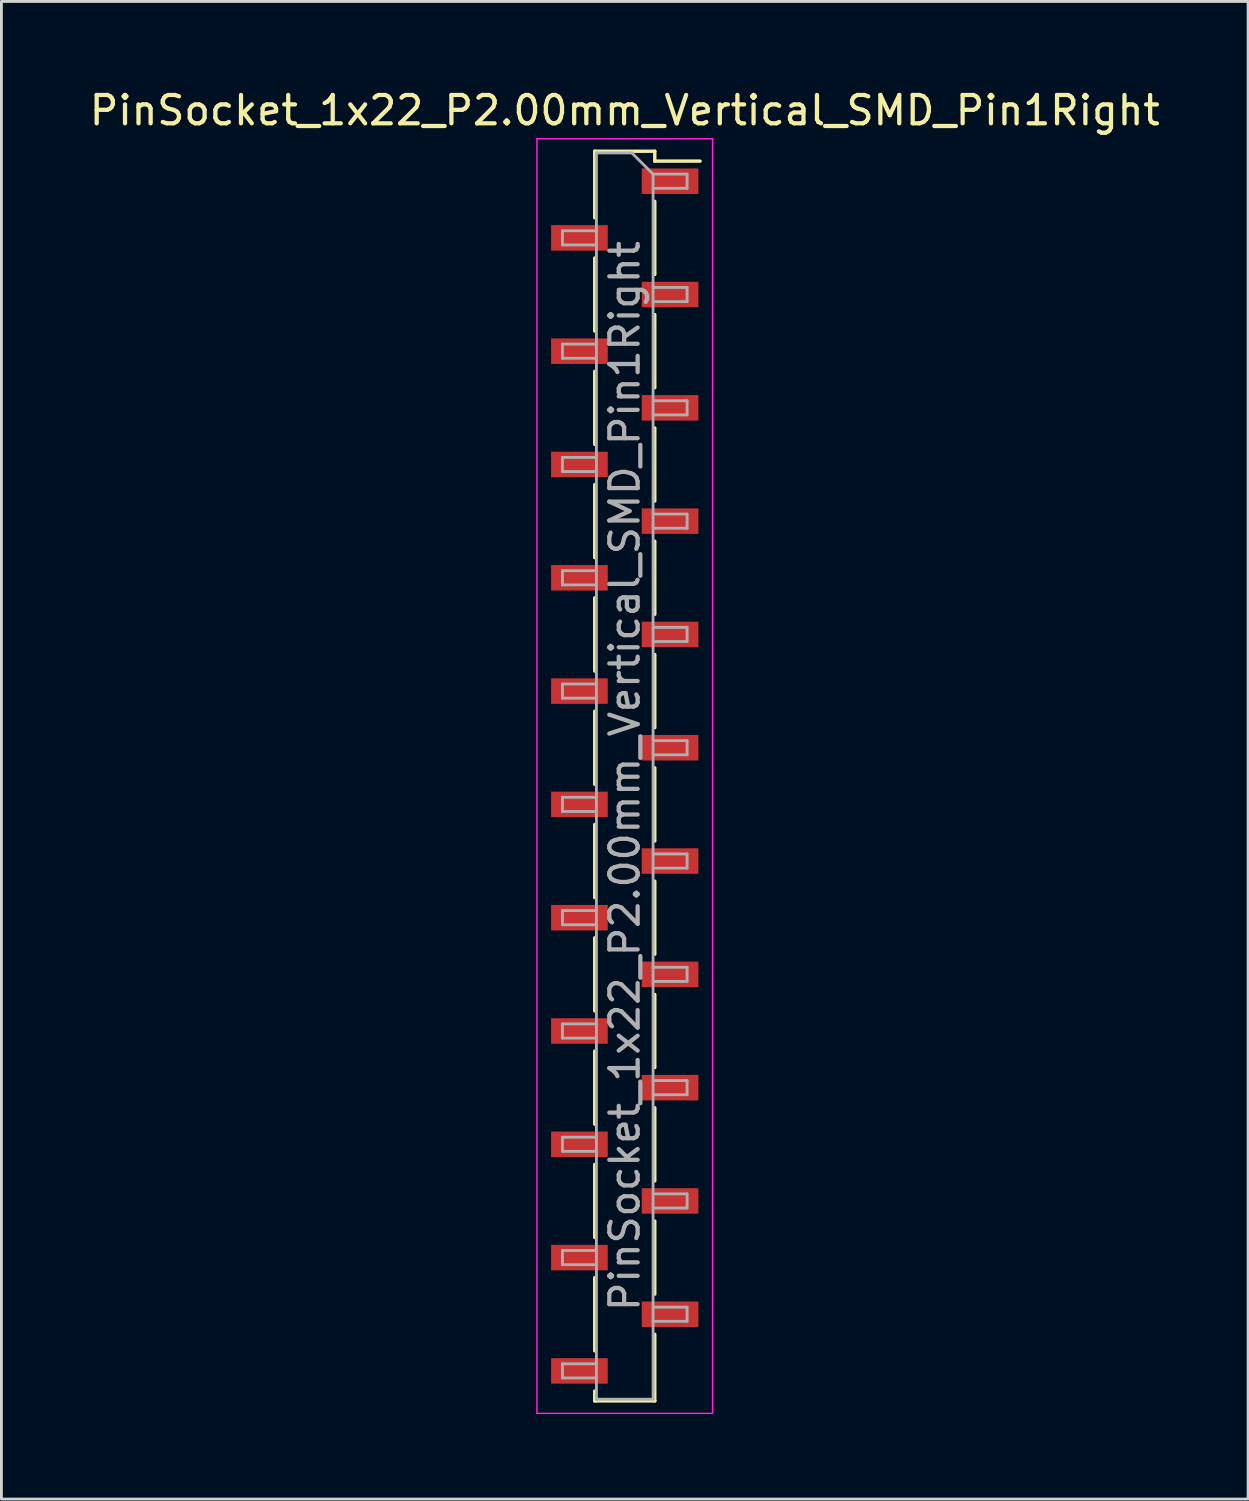
<source format=kicad_pcb>
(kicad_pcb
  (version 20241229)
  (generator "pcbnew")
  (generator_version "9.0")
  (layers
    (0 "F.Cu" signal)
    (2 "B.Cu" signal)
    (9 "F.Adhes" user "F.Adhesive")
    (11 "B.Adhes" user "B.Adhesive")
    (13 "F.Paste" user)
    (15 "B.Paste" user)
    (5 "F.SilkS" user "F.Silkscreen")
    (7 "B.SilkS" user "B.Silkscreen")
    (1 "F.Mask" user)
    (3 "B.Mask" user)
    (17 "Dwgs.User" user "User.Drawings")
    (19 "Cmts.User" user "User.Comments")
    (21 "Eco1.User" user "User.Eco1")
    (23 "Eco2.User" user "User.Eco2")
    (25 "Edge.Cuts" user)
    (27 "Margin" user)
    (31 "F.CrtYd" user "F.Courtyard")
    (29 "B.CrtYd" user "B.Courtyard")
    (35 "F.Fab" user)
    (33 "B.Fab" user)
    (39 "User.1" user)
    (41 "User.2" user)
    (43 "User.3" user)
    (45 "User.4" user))
  (footprint "PinSocket_1x22_P2.00mm_Vertical_SMD_Pin1Right"
    (layer "F.Cu")
    (at 19.006 24.348)
    (property "Reference" "PinSocket_1x22_P2.00mm_Vertical_SMD_Pin1Right" (at 0 -23.5 0) (layer "F.SilkS") (effects (font (size 1 1) (thickness 0.15))))
    (attr smd)
    (fp_line (start -1.06 -22.06) (end -1.06 -19.71) (stroke (width 0.12) (type solid)) (layer "F.SilkS"))
    (fp_line (start -1.06 -22.06) (end 1.06 -22.06) (stroke (width 0.12) (type solid)) (layer "F.SilkS"))
    (fp_line (start -1.06 -18.29) (end -1.06 -15.71) (stroke (width 0.12) (type solid)) (layer "F.SilkS"))
    (fp_line (start -1.06 -14.29) (end -1.06 -11.71) (stroke (width 0.12) (type solid)) (layer "F.SilkS"))
    (fp_line (start -1.06 -10.29) (end -1.06 -7.71) (stroke (width 0.12) (type solid)) (layer "F.SilkS"))
    (fp_line (start -1.06 -6.29) (end -1.06 -3.71) (stroke (width 0.12) (type solid)) (layer "F.SilkS"))
    (fp_line (start -1.06 -2.29) (end -1.06 0.29) (stroke (width 0.12) (type solid)) (layer "F.SilkS"))
    (fp_line (start -1.06 1.71) (end -1.06 4.29) (stroke (width 0.12) (type solid)) (layer "F.SilkS"))
    (fp_line (start -1.06 5.71) (end -1.06 8.29) (stroke (width 0.12) (type solid)) (layer "F.SilkS"))
    (fp_line (start -1.06 9.71) (end -1.06 12.29) (stroke (width 0.12) (type solid)) (layer "F.SilkS"))
    (fp_line (start -1.06 13.71) (end -1.06 16.29) (stroke (width 0.12) (type solid)) (layer "F.SilkS"))
    (fp_line (start -1.06 17.71) (end -1.06 20.29) (stroke (width 0.12) (type solid)) (layer "F.SilkS"))
    (fp_line (start -1.06 22.06) (end -1.06 21.71) (stroke (width 0.12) (type solid)) (layer "F.SilkS"))
    (fp_line (start 1.06 -22.06) (end 1.06 -21.71) (stroke (width 0.12) (type solid)) (layer "F.SilkS"))
    (fp_line (start 1.06 -21.71) (end 2.66 -21.71) (stroke (width 0.12) (type solid)) (layer "F.SilkS"))
    (fp_line (start 1.06 -20.29) (end 1.06 -17.71) (stroke (width 0.12) (type solid)) (layer "F.SilkS"))
    (fp_line (start 1.06 -16.29) (end 1.06 -13.71) (stroke (width 0.12) (type solid)) (layer "F.SilkS"))
    (fp_line (start 1.06 -12.29) (end 1.06 -9.71) (stroke (width 0.12) (type solid)) (layer "F.SilkS"))
    (fp_line (start 1.06 -8.29) (end 1.06 -5.71) (stroke (width 0.12) (type solid)) (layer "F.SilkS"))
    (fp_line (start 1.06 -4.29) (end 1.06 -1.71) (stroke (width 0.12) (type solid)) (layer "F.SilkS"))
    (fp_line (start 1.06 -0.29) (end 1.06 2.29) (stroke (width 0.12) (type solid)) (layer "F.SilkS"))
    (fp_line (start 1.06 3.71) (end 1.06 6.29) (stroke (width 0.12) (type solid)) (layer "F.SilkS"))
    (fp_line (start 1.06 7.71) (end 1.06 10.29) (stroke (width 0.12) (type solid)) (layer "F.SilkS"))
    (fp_line (start 1.06 11.71) (end 1.06 14.29) (stroke (width 0.12) (type solid)) (layer "F.SilkS"))
    (fp_line (start 1.06 15.71) (end 1.06 18.29) (stroke (width 0.12) (type solid)) (layer "F.SilkS"))
    (fp_line (start 1.06 19.71) (end 1.06 22.06) (stroke (width 0.12) (type solid)) (layer "F.SilkS"))
    (fp_line (start 1.06 22.06) (end -1.06 22.06) (stroke (width 0.12) (type solid)) (layer "F.SilkS"))
    (fp_line (start -3.1 -22.5) (end 3.1 -22.5) (stroke (width 0.05) (type solid)) (layer "F.CrtYd"))
    (fp_line (start -3.1 22.5) (end -3.1 -22.5) (stroke (width 0.05) (type solid)) (layer "F.CrtYd"))
    (fp_line (start 3.1 -22.5) (end 3.1 22.5) (stroke (width 0.05) (type solid)) (layer "F.CrtYd"))
    (fp_line (start 3.1 22.5) (end -3.1 22.5) (stroke (width 0.05) (type solid)) (layer "F.CrtYd"))
    (fp_line (start -2.2 -19.25) (end -1 -19.25) (stroke (width 0.1) (type solid)) (layer "F.Fab"))
    (fp_line (start -2.2 -18.75) (end -2.2 -19.25) (stroke (width 0.1) (type solid)) (layer "F.Fab"))
    (fp_line (start -2.2 -15.25) (end -1 -15.25) (stroke (width 0.1) (type solid)) (layer "F.Fab"))
    (fp_line (start -2.2 -14.75) (end -2.2 -15.25) (stroke (width 0.1) (type solid)) (layer "F.Fab"))
    (fp_line (start -2.2 -11.25) (end -1 -11.25) (stroke (width 0.1) (type solid)) (layer "F.Fab"))
    (fp_line (start -2.2 -10.75) (end -2.2 -11.25) (stroke (width 0.1) (type solid)) (layer "F.Fab"))
    (fp_line (start -2.2 -7.25) (end -1 -7.25) (stroke (width 0.1) (type solid)) (layer "F.Fab"))
    (fp_line (start -2.2 -6.75) (end -2.2 -7.25) (stroke (width 0.1) (type solid)) (layer "F.Fab"))
    (fp_line (start -2.2 -3.25) (end -1 -3.25) (stroke (width 0.1) (type solid)) (layer "F.Fab"))
    (fp_line (start -2.2 -2.75) (end -2.2 -3.25) (stroke (width 0.1) (type solid)) (layer "F.Fab"))
    (fp_line (start -2.2 0.75) (end -1 0.75) (stroke (width 0.1) (type solid)) (layer "F.Fab"))
    (fp_line (start -2.2 1.25) (end -2.2 0.75) (stroke (width 0.1) (type solid)) (layer "F.Fab"))
    (fp_line (start -2.2 4.75) (end -1 4.75) (stroke (width 0.1) (type solid)) (layer "F.Fab"))
    (fp_line (start -2.2 5.25) (end -2.2 4.75) (stroke (width 0.1) (type solid)) (layer "F.Fab"))
    (fp_line (start -2.2 8.75) (end -1 8.75) (stroke (width 0.1) (type solid)) (layer "F.Fab"))
    (fp_line (start -2.2 9.25) (end -2.2 8.75) (stroke (width 0.1) (type solid)) (layer "F.Fab"))
    (fp_line (start -2.2 12.75) (end -1 12.75) (stroke (width 0.1) (type solid)) (layer "F.Fab"))
    (fp_line (start -2.2 13.25) (end -2.2 12.75) (stroke (width 0.1) (type solid)) (layer "F.Fab"))
    (fp_line (start -2.2 16.75) (end -1 16.75) (stroke (width 0.1) (type solid)) (layer "F.Fab"))
    (fp_line (start -2.2 17.25) (end -2.2 16.75) (stroke (width 0.1) (type solid)) (layer "F.Fab"))
    (fp_line (start -2.2 20.75) (end -1 20.75) (stroke (width 0.1) (type solid)) (layer "F.Fab"))
    (fp_line (start -2.2 21.25) (end -2.2 20.75) (stroke (width 0.1) (type solid)) (layer "F.Fab"))
    (fp_line (start -1 -22) (end 0.25 -22) (stroke (width 0.1) (type solid)) (layer "F.Fab"))
    (fp_line (start -1 -18.75) (end -2.2 -18.75) (stroke (width 0.1) (type solid)) (layer "F.Fab"))
    (fp_line (start -1 -14.75) (end -2.2 -14.75) (stroke (width 0.1) (type solid)) (layer "F.Fab"))
    (fp_line (start -1 -10.75) (end -2.2 -10.75) (stroke (width 0.1) (type solid)) (layer "F.Fab"))
    (fp_line (start -1 -6.75) (end -2.2 -6.75) (stroke (width 0.1) (type solid)) (layer "F.Fab"))
    (fp_line (start -1 -2.75) (end -2.2 -2.75) (stroke (width 0.1) (type solid)) (layer "F.Fab"))
    (fp_line (start -1 1.25) (end -2.2 1.25) (stroke (width 0.1) (type solid)) (layer "F.Fab"))
    (fp_line (start -1 5.25) (end -2.2 5.25) (stroke (width 0.1) (type solid)) (layer "F.Fab"))
    (fp_line (start -1 9.25) (end -2.2 9.25) (stroke (width 0.1) (type solid)) (layer "F.Fab"))
    (fp_line (start -1 13.25) (end -2.2 13.25) (stroke (width 0.1) (type solid)) (layer "F.Fab"))
    (fp_line (start -1 17.25) (end -2.2 17.25) (stroke (width 0.1) (type solid)) (layer "F.Fab"))
    (fp_line (start -1 21.25) (end -2.2 21.25) (stroke (width 0.1) (type solid)) (layer "F.Fab"))
    (fp_line (start -1 22) (end -1 -22) (stroke (width 0.1) (type solid)) (layer "F.Fab"))
    (fp_line (start 0.25 -22) (end 1 -21.25) (stroke (width 0.1) (type solid)) (layer "F.Fab"))
    (fp_line (start 1 -21.25) (end 1 22) (stroke (width 0.1) (type solid)) (layer "F.Fab"))
    (fp_line (start 1 -21.25) (end 2.2 -21.25) (stroke (width 0.1) (type solid)) (layer "F.Fab"))
    (fp_line (start 1 -17.25) (end 2.2 -17.25) (stroke (width 0.1) (type solid)) (layer "F.Fab"))
    (fp_line (start 1 -13.25) (end 2.2 -13.25) (stroke (width 0.1) (type solid)) (layer "F.Fab"))
    (fp_line (start 1 -9.25) (end 2.2 -9.25) (stroke (width 0.1) (type solid)) (layer "F.Fab"))
    (fp_line (start 1 -5.25) (end 2.2 -5.25) (stroke (width 0.1) (type solid)) (layer "F.Fab"))
    (fp_line (start 1 -1.25) (end 2.2 -1.25) (stroke (width 0.1) (type solid)) (layer "F.Fab"))
    (fp_line (start 1 2.75) (end 2.2 2.75) (stroke (width 0.1) (type solid)) (layer "F.Fab"))
    (fp_line (start 1 6.75) (end 2.2 6.75) (stroke (width 0.1) (type solid)) (layer "F.Fab"))
    (fp_line (start 1 10.75) (end 2.2 10.75) (stroke (width 0.1) (type solid)) (layer "F.Fab"))
    (fp_line (start 1 14.75) (end 2.2 14.75) (stroke (width 0.1) (type solid)) (layer "F.Fab"))
    (fp_line (start 1 18.75) (end 2.2 18.75) (stroke (width 0.1) (type solid)) (layer "F.Fab"))
    (fp_line (start 1 22) (end -1 22) (stroke (width 0.1) (type solid)) (layer "F.Fab"))
    (fp_line (start 2.2 -21.25) (end 2.2 -20.75) (stroke (width 0.1) (type solid)) (layer "F.Fab"))
    (fp_line (start 2.2 -20.75) (end 1 -20.75) (stroke (width 0.1) (type solid)) (layer "F.Fab"))
    (fp_line (start 2.2 -17.25) (end 2.2 -16.75) (stroke (width 0.1) (type solid)) (layer "F.Fab"))
    (fp_line (start 2.2 -16.75) (end 1 -16.75) (stroke (width 0.1) (type solid)) (layer "F.Fab"))
    (fp_line (start 2.2 -13.25) (end 2.2 -12.75) (stroke (width 0.1) (type solid)) (layer "F.Fab"))
    (fp_line (start 2.2 -12.75) (end 1 -12.75) (stroke (width 0.1) (type solid)) (layer "F.Fab"))
    (fp_line (start 2.2 -9.25) (end 2.2 -8.75) (stroke (width 0.1) (type solid)) (layer "F.Fab"))
    (fp_line (start 2.2 -8.75) (end 1 -8.75) (stroke (width 0.1) (type solid)) (layer "F.Fab"))
    (fp_line (start 2.2 -5.25) (end 2.2 -4.75) (stroke (width 0.1) (type solid)) (layer "F.Fab"))
    (fp_line (start 2.2 -4.75) (end 1 -4.75) (stroke (width 0.1) (type solid)) (layer "F.Fab"))
    (fp_line (start 2.2 -1.25) (end 2.2 -0.75) (stroke (width 0.1) (type solid)) (layer "F.Fab"))
    (fp_line (start 2.2 -0.75) (end 1 -0.75) (stroke (width 0.1) (type solid)) (layer "F.Fab"))
    (fp_line (start 2.2 2.75) (end 2.2 3.25) (stroke (width 0.1) (type solid)) (layer "F.Fab"))
    (fp_line (start 2.2 3.25) (end 1 3.25) (stroke (width 0.1) (type solid)) (layer "F.Fab"))
    (fp_line (start 2.2 6.75) (end 2.2 7.25) (stroke (width 0.1) (type solid)) (layer "F.Fab"))
    (fp_line (start 2.2 7.25) (end 1 7.25) (stroke (width 0.1) (type solid)) (layer "F.Fab"))
    (fp_line (start 2.2 10.75) (end 2.2 11.25) (stroke (width 0.1) (type solid)) (layer "F.Fab"))
    (fp_line (start 2.2 11.25) (end 1 11.25) (stroke (width 0.1) (type solid)) (layer "F.Fab"))
    (fp_line (start 2.2 14.75) (end 2.2 15.25) (stroke (width 0.1) (type solid)) (layer "F.Fab"))
    (fp_line (start 2.2 15.25) (end 1 15.25) (stroke (width 0.1) (type solid)) (layer "F.Fab"))
    (fp_line (start 2.2 18.75) (end 2.2 19.25) (stroke (width 0.1) (type solid)) (layer "F.Fab"))
    (fp_line (start 2.2 19.25) (end 1 19.25) (stroke (width 0.1) (type solid)) (layer "F.Fab"))
    (fp_text user "${REFERENCE}" (at 0 0 90) (layer "F.Fab") (effects (font (size 1 1) (thickness 0.15))))
    (pad "1" smd rect (at 1.6 -21) (size 2 0.9) (layers "F.Cu" "F.Mask" "F.Paste"))
    (pad "2" smd rect (at -1.6 -19) (size 2 0.9) (layers "F.Cu" "F.Mask" "F.Paste"))
    (pad "3" smd rect (at 1.6 -17) (size 2 0.9) (layers "F.Cu" "F.Mask" "F.Paste"))
    (pad "4" smd rect (at -1.6 -15) (size 2 0.9) (layers "F.Cu" "F.Mask" "F.Paste"))
    (pad "5" smd rect (at 1.6 -13) (size 2 0.9) (layers "F.Cu" "F.Mask" "F.Paste"))
    (pad "6" smd rect (at -1.6 -11) (size 2 0.9) (layers "F.Cu" "F.Mask" "F.Paste"))
    (pad "7" smd rect (at 1.6 -9) (size 2 0.9) (layers "F.Cu" "F.Mask" "F.Paste"))
    (pad "8" smd rect (at -1.6 -7) (size 2 0.9) (layers "F.Cu" "F.Mask" "F.Paste"))
    (pad "9" smd rect (at 1.6 -5) (size 2 0.9) (layers "F.Cu" "F.Mask" "F.Paste"))
    (pad "10" smd rect (at -1.6 -3) (size 2 0.9) (layers "F.Cu" "F.Mask" "F.Paste"))
    (pad "11" smd rect (at 1.6 -1) (size 2 0.9) (layers "F.Cu" "F.Mask" "F.Paste"))
    (pad "12" smd rect (at -1.6 1) (size 2 0.9) (layers "F.Cu" "F.Mask" "F.Paste"))
    (pad "13" smd rect (at 1.6 3) (size 2 0.9) (layers "F.Cu" "F.Mask" "F.Paste"))
    (pad "14" smd rect (at -1.6 5) (size 2 0.9) (layers "F.Cu" "F.Mask" "F.Paste"))
    (pad "15" smd rect (at 1.6 7) (size 2 0.9) (layers "F.Cu" "F.Mask" "F.Paste"))
    (pad "16" smd rect (at -1.6 9) (size 2 0.9) (layers "F.Cu" "F.Mask" "F.Paste"))
    (pad "17" smd rect (at 1.6 11) (size 2 0.9) (layers "F.Cu" "F.Mask" "F.Paste"))
    (pad "18" smd rect (at -1.6 13) (size 2 0.9) (layers "F.Cu" "F.Mask" "F.Paste"))
    (pad "19" smd rect (at 1.6 15) (size 2 0.9) (layers "F.Cu" "F.Mask" "F.Paste"))
    (pad "20" smd rect (at -1.6 17) (size 2 0.9) (layers "F.Cu" "F.Mask" "F.Paste"))
    (pad "21" smd rect (at 1.6 19) (size 2 0.9) (layers "F.Cu" "F.Mask" "F.Paste"))
    (pad "22" smd rect (at -1.6 21) (size 2 0.9) (layers "F.Cu" "F.Mask" "F.Paste")))
  (gr_rect
    (start -3 -3)
    (end 41.012 49.873)
    (stroke (width 0.1) (type default))
    (fill no)
    (layer "Edge.Cuts")))
</source>
